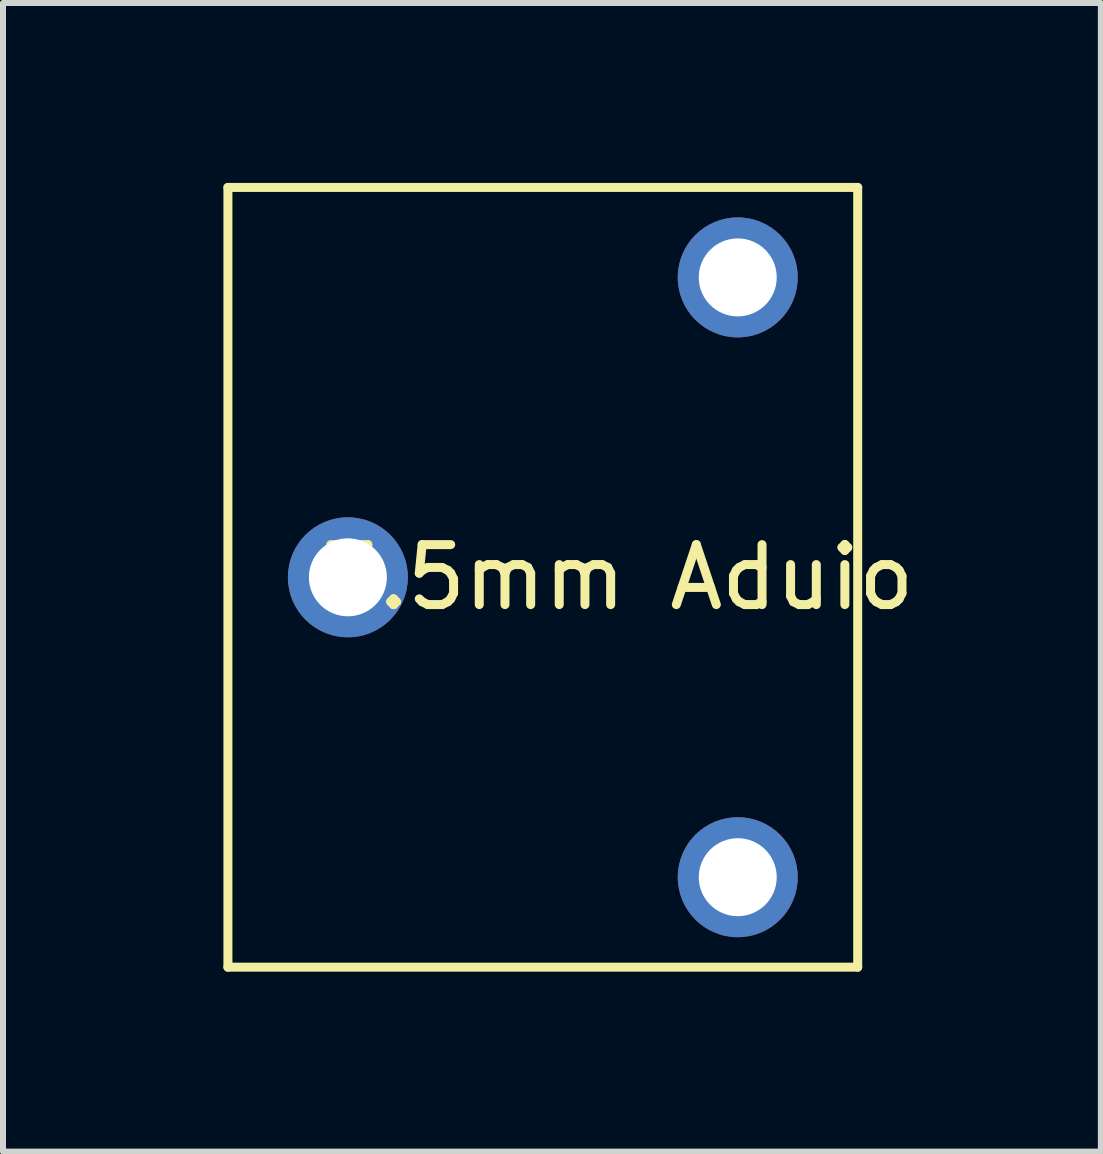
<source format=kicad_pcb>
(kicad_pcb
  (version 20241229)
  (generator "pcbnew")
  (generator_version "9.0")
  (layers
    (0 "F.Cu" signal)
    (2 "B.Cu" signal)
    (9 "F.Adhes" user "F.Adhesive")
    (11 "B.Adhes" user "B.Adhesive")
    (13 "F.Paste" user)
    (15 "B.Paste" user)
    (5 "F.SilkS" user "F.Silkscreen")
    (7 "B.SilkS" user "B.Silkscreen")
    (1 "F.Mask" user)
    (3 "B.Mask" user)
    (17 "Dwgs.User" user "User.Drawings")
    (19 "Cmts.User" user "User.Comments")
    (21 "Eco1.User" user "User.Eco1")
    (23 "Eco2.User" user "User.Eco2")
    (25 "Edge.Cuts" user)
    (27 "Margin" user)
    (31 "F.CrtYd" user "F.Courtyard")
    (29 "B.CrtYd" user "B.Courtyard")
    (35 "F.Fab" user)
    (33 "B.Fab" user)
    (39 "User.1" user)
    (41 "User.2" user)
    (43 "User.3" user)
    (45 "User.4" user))
  (footprint "3.5mm Aduio"
    (layer "F.Cu")
    (at 0.25 12.575)
    (property "Reference" "3.5mm Aduio" (at 7 -6 180) (layer "F.SilkS") (effects (font (size 1 1) (thickness 0.15))))
    (attr through_hole)
    (fp_line (start 0.5 -12.5) (end 0.5 0.5) (stroke (width 0.15) (type solid)) (layer "F.SilkS"))
    (fp_line (start 0.5 0.5) (end 11 0.5) (stroke (width 0.15) (type solid)) (layer "F.SilkS"))
    (fp_line (start 11 -12.5) (end 0.5 -12.5) (stroke (width 0.15) (type solid)) (layer "F.SilkS"))
    (fp_line (start 11 0.5) (end 11 -12.5) (stroke (width 0.15) (type solid)) (layer "F.SilkS"))
    (pad "1" thru_hole circle (at 9 -11) (size 2 2) (drill 1.3) (layers "*.Cu" "*.Mask"))
    (pad "2" thru_hole circle (at 9 -1) (size 2 2) (drill 1.3) (layers "*.Cu" "*.Mask"))
    (pad "3" thru_hole circle (at 2.5 -6) (size 2 2) (drill 1.3) (layers "*.Cu" "*.Mask")))
  (gr_rect
    (start -3 -3)
    (end 15.304 16.15)
    (stroke (width 0.1) (type default))
    (fill no)
    (layer "Edge.Cuts")))
</source>
